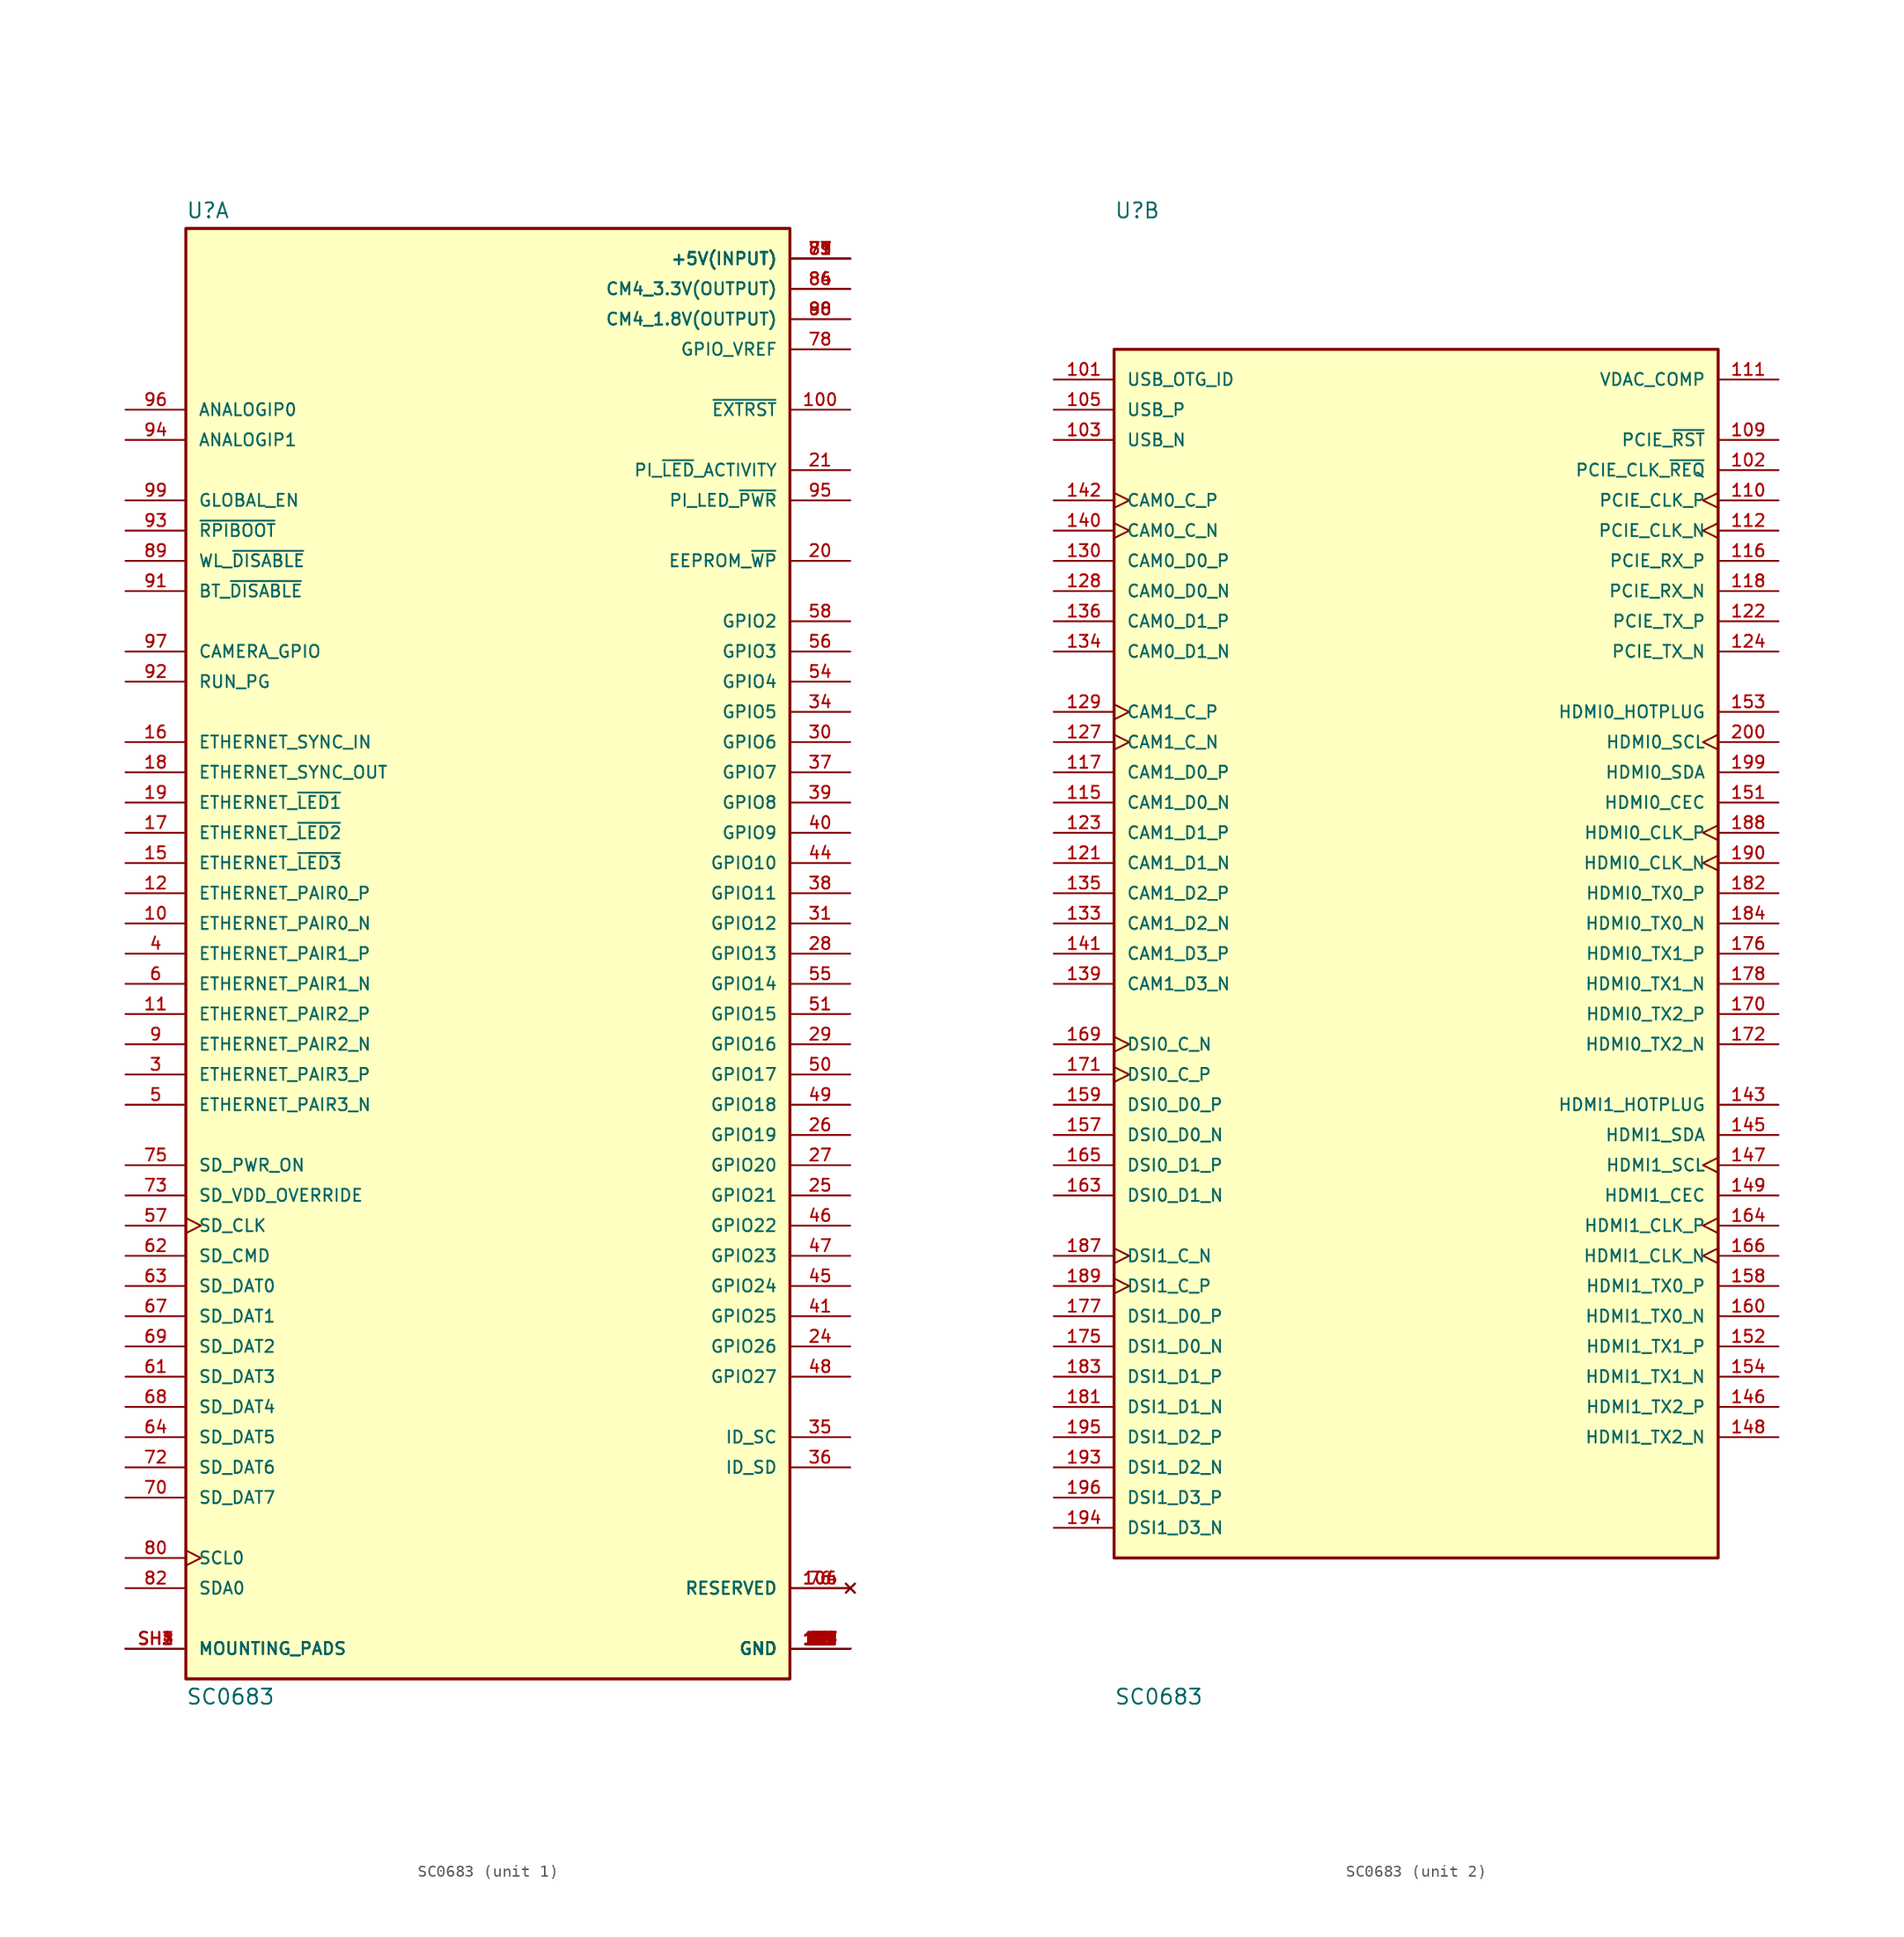
<source format=kicad_sym>
(kicad_symbol_lib
  (version 20241209)
  (generator "kicad_symbol_editor")
  (generator_version "9.0")
  (symbol "SC0683"
    (pin_names
      (offset 1.016))
    (property "Reference" "U"
      (at -25.4 61.722 0)
      (effects (font (size 1.27 1.27)) (justify left bottom)))
    (property "Value" "SC0683"
      (at -25.4 -61.722 0)
      (effects (font (size 1.27 1.27)) (justify left top)))
    (symbol "SC0683_1_0"
      (rectangle (start -25.4 -60.96) (end 25.4 60.96) (stroke (width 0.254) (type default)) (fill (type background)))
      (pin input line (at -30.48 45.72 0) (length 5.08) (name "ANALOGIP0" (effects (font (size 1.016 1.016)))) (number "96" (effects (font (size 1.016 1.016)))))
      (pin input line (at -30.48 43.18 0) (length 5.08) (name "ANALOGIP1" (effects (font (size 1.016 1.016)))) (number "94" (effects (font (size 1.016 1.016)))))
      (pin input line (at -30.48 38.1 0) (length 5.08) (name "GLOBAL_EN" (effects (font (size 1.016 1.016)))) (number "99" (effects (font (size 1.016 1.016)))))
      (pin input line (at -30.48 35.56 0) (length 5.08) (name "~{RPIBOOT}" (effects (font (size 1.016 1.016)))) (number "93" (effects (font (size 1.016 1.016)))))
      (pin input line (at -30.48 33.02 0) (length 5.08) (name "WL_~{DISABLE}" (effects (font (size 1.016 1.016)))) (number "89" (effects (font (size 1.016 1.016)))))
      (pin input line (at -30.48 30.48 0) (length 5.08) (name "BT_~{DISABLE}" (effects (font (size 1.016 1.016)))) (number "91" (effects (font (size 1.016 1.016)))))
      (pin bidirectional line (at -30.48 25.4 0) (length 5.08) (name "CAMERA_GPIO" (effects (font (size 1.016 1.016)))) (number "97" (effects (font (size 1.016 1.016)))))
      (pin bidirectional line (at -30.48 22.86 0) (length 5.08) (name "RUN_PG" (effects (font (size 1.016 1.016)))) (number "92" (effects (font (size 1.016 1.016)))))
      (pin input line (at -30.48 17.78 0) (length 5.08) (name "ETHERNET_SYNC_IN" (effects (font (size 1.016 1.016)))) (number "16" (effects (font (size 1.016 1.016)))))
      (pin output line (at -30.48 15.24 0) (length 5.08) (name "ETHERNET_SYNC_OUT" (effects (font (size 1.016 1.016)))) (number "18" (effects (font (size 1.016 1.016)))))
      (pin output line (at -30.48 12.7 0) (length 5.08) (name "ETHERNET_~{LED1}" (effects (font (size 1.016 1.016)))) (number "19" (effects (font (size 1.016 1.016)))))
      (pin output line (at -30.48 10.16 0) (length 5.08) (name "ETHERNET_~{LED2}" (effects (font (size 1.016 1.016)))) (number "17" (effects (font (size 1.016 1.016)))))
      (pin output line (at -30.48 7.62 0) (length 5.08) (name "ETHERNET_~{LED3}" (effects (font (size 1.016 1.016)))) (number "15" (effects (font (size 1.016 1.016)))))
      (pin bidirectional line (at -30.48 5.08 0) (length 5.08) (name "ETHERNET_PAIR0_P" (effects (font (size 1.016 1.016)))) (number "12" (effects (font (size 1.016 1.016)))))
      (pin bidirectional line (at -30.48 2.54 0) (length 5.08) (name "ETHERNET_PAIR0_N" (effects (font (size 1.016 1.016)))) (number "10" (effects (font (size 1.016 1.016)))))
      (pin bidirectional line (at -30.48 0 0) (length 5.08) (name "ETHERNET_PAIR1_P" (effects (font (size 1.016 1.016)))) (number "4" (effects (font (size 1.016 1.016)))))
      (pin bidirectional line (at -30.48 -2.54 0) (length 5.08) (name "ETHERNET_PAIR1_N" (effects (font (size 1.016 1.016)))) (number "6" (effects (font (size 1.016 1.016)))))
      (pin bidirectional line (at -30.48 -5.08 0) (length 5.08) (name "ETHERNET_PAIR2_P" (effects (font (size 1.016 1.016)))) (number "11" (effects (font (size 1.016 1.016)))))
      (pin bidirectional line (at -30.48 -7.62 0) (length 5.08) (name "ETHERNET_PAIR2_N" (effects (font (size 1.016 1.016)))) (number "9" (effects (font (size 1.016 1.016)))))
      (pin bidirectional line (at -30.48 -10.16 0) (length 5.08) (name "ETHERNET_PAIR3_P" (effects (font (size 1.016 1.016)))) (number "3" (effects (font (size 1.016 1.016)))))
      (pin bidirectional line (at -30.48 -12.7 0) (length 5.08) (name "ETHERNET_PAIR3_N" (effects (font (size 1.016 1.016)))) (number "5" (effects (font (size 1.016 1.016)))))
      (pin output line (at -30.48 -17.78 0) (length 5.08) (name "SD_PWR_ON" (effects (font (size 1.016 1.016)))) (number "75" (effects (font (size 1.016 1.016)))))
      (pin input line (at -30.48 -20.32 0) (length 5.08) (name "SD_VDD_OVERRIDE" (effects (font (size 1.016 1.016)))) (number "73" (effects (font (size 1.016 1.016)))))
      (pin bidirectional clock (at -30.48 -22.86 0) (length 5.08) (name "SD_CLK" (effects (font (size 1.016 1.016)))) (number "57" (effects (font (size 1.016 1.016)))))
      (pin input line (at -30.48 -25.4 0) (length 5.08) (name "SD_CMD" (effects (font (size 1.016 1.016)))) (number "62" (effects (font (size 1.016 1.016)))))
      (pin bidirectional line (at -30.48 -27.94 0) (length 5.08) (name "SD_DAT0" (effects (font (size 1.016 1.016)))) (number "63" (effects (font (size 1.016 1.016)))))
      (pin bidirectional line (at -30.48 -30.48 0) (length 5.08) (name "SD_DAT1" (effects (font (size 1.016 1.016)))) (number "67" (effects (font (size 1.016 1.016)))))
      (pin bidirectional line (at -30.48 -33.02 0) (length 5.08) (name "SD_DAT2" (effects (font (size 1.016 1.016)))) (number "69" (effects (font (size 1.016 1.016)))))
      (pin bidirectional line (at -30.48 -35.56 0) (length 5.08) (name "SD_DAT3" (effects (font (size 1.016 1.016)))) (number "61" (effects (font (size 1.016 1.016)))))
      (pin bidirectional line (at -30.48 -38.1 0) (length 5.08) (name "SD_DAT4" (effects (font (size 1.016 1.016)))) (number "68" (effects (font (size 1.016 1.016)))))
      (pin bidirectional line (at -30.48 -40.64 0) (length 5.08) (name "SD_DAT5" (effects (font (size 1.016 1.016)))) (number "64" (effects (font (size 1.016 1.016)))))
      (pin bidirectional line (at -30.48 -43.18 0) (length 5.08) (name "SD_DAT6" (effects (font (size 1.016 1.016)))) (number "72" (effects (font (size 1.016 1.016)))))
      (pin bidirectional line (at -30.48 -45.72 0) (length 5.08) (name "SD_DAT7" (effects (font (size 1.016 1.016)))) (number "70" (effects (font (size 1.016 1.016)))))
      (pin input clock (at -30.48 -50.8 0) (length 5.08) (name "SCL0" (effects (font (size 1.016 1.016)))) (number "80" (effects (font (size 1.016 1.016)))))
      (pin bidirectional line (at -30.48 -53.34 0) (length 5.08) (name "SDA0" (effects (font (size 1.016 1.016)))) (number "82" (effects (font (size 1.016 1.016)))))
      (pin passive line (at -30.48 -58.42 0) (length 5.08) (name "MOUNTING_PADS" (effects (font (size 1.016 1.016)))) (number "SH1" (effects (font (size 1.016 1.016)))))
      (pin passive line (at -30.48 -58.42 0) (length 5.08) (name "MOUNTING_PADS" (effects (font (size 1.016 1.016)))) (number "SH2" (effects (font (size 1.016 1.016)))))
      (pin passive line (at -30.48 -58.42 0) (length 5.08) (name "MOUNTING_PADS" (effects (font (size 1.016 1.016)))) (number "SH3" (effects (font (size 1.016 1.016)))))
      (pin passive line (at -30.48 -58.42 0) (length 5.08) (name "MOUNTING_PADS" (effects (font (size 1.016 1.016)))) (number "SH4" (effects (font (size 1.016 1.016)))))
      (pin power_in line (at 30.48 58.42 180) (length 5.08) (name "+5V(INPUT)" (effects (font (size 1.016 1.016)))) (number "77" (effects (font (size 1.016 1.016)))))
      (pin power_in line (at 30.48 58.42 180) (length 5.08) (name "+5V(INPUT)" (effects (font (size 1.016 1.016)))) (number "79" (effects (font (size 1.016 1.016)))))
      (pin power_in line (at 30.48 58.42 180) (length 5.08) (name "+5V(INPUT)" (effects (font (size 1.016 1.016)))) (number "81" (effects (font (size 1.016 1.016)))))
      (pin power_in line (at 30.48 58.42 180) (length 5.08) (name "+5V(INPUT)" (effects (font (size 1.016 1.016)))) (number "83" (effects (font (size 1.016 1.016)))))
      (pin power_in line (at 30.48 58.42 180) (length 5.08) (name "+5V(INPUT)" (effects (font (size 1.016 1.016)))) (number "85" (effects (font (size 1.016 1.016)))))
      (pin power_in line (at 30.48 58.42 180) (length 5.08) (name "+5V(INPUT)" (effects (font (size 1.016 1.016)))) (number "87" (effects (font (size 1.016 1.016)))))
      (pin power_in line (at 30.48 55.88 180) (length 5.08) (name "CM4_3.3V(OUTPUT)" (effects (font (size 1.016 1.016)))) (number "84" (effects (font (size 1.016 1.016)))))
      (pin power_in line (at 30.48 55.88 180) (length 5.08) (name "CM4_3.3V(OUTPUT)" (effects (font (size 1.016 1.016)))) (number "86" (effects (font (size 1.016 1.016)))))
      (pin power_in line (at 30.48 53.34 180) (length 5.08) (name "CM4_1.8V(OUTPUT)" (effects (font (size 1.016 1.016)))) (number "88" (effects (font (size 1.016 1.016)))))
      (pin power_in line (at 30.48 53.34 180) (length 5.08) (name "CM4_1.8V(OUTPUT)" (effects (font (size 1.016 1.016)))) (number "90" (effects (font (size 1.016 1.016)))))
      (pin power_in line (at 30.48 50.8 180) (length 5.08) (name "GPIO_VREF" (effects (font (size 1.016 1.016)))) (number "78" (effects (font (size 1.016 1.016)))))
      (pin output line (at 30.48 45.72 180) (length 5.08) (name "~{EXTRST}" (effects (font (size 1.016 1.016)))) (number "100" (effects (font (size 1.016 1.016)))))
      (pin bidirectional line (at 30.48 40.64 180) (length 5.08) (name "PI_~{LED}_ACTIVITY" (effects (font (size 1.016 1.016)))) (number "21" (effects (font (size 1.016 1.016)))))
      (pin output line (at 30.48 38.1 180) (length 5.08) (name "PI_LED_~{PWR}" (effects (font (size 1.016 1.016)))) (number "95" (effects (font (size 1.016 1.016)))))
      (pin bidirectional line (at 30.48 33.02 180) (length 5.08) (name "EEPROM_~{WP}" (effects (font (size 1.016 1.016)))) (number "20" (effects (font (size 1.016 1.016)))))
      (pin bidirectional line (at 30.48 27.94 180) (length 5.08) (name "GPIO2" (effects (font (size 1.016 1.016)))) (number "58" (effects (font (size 1.016 1.016)))))
      (pin bidirectional line (at 30.48 25.4 180) (length 5.08) (name "GPIO3" (effects (font (size 1.016 1.016)))) (number "56" (effects (font (size 1.016 1.016)))))
      (pin bidirectional line (at 30.48 22.86 180) (length 5.08) (name "GPIO4" (effects (font (size 1.016 1.016)))) (number "54" (effects (font (size 1.016 1.016)))))
      (pin bidirectional line (at 30.48 20.32 180) (length 5.08) (name "GPIO5" (effects (font (size 1.016 1.016)))) (number "34" (effects (font (size 1.016 1.016)))))
      (pin bidirectional line (at 30.48 17.78 180) (length 5.08) (name "GPIO6" (effects (font (size 1.016 1.016)))) (number "30" (effects (font (size 1.016 1.016)))))
      (pin bidirectional line (at 30.48 15.24 180) (length 5.08) (name "GPIO7" (effects (font (size 1.016 1.016)))) (number "37" (effects (font (size 1.016 1.016)))))
      (pin bidirectional line (at 30.48 12.7 180) (length 5.08) (name "GPIO8" (effects (font (size 1.016 1.016)))) (number "39" (effects (font (size 1.016 1.016)))))
      (pin bidirectional line (at 30.48 10.16 180) (length 5.08) (name "GPIO9" (effects (font (size 1.016 1.016)))) (number "40" (effects (font (size 1.016 1.016)))))
      (pin bidirectional line (at 30.48 7.62 180) (length 5.08) (name "GPIO10" (effects (font (size 1.016 1.016)))) (number "44" (effects (font (size 1.016 1.016)))))
      (pin bidirectional line (at 30.48 5.08 180) (length 5.08) (name "GPIO11" (effects (font (size 1.016 1.016)))) (number "38" (effects (font (size 1.016 1.016)))))
      (pin bidirectional line (at 30.48 2.54 180) (length 5.08) (name "GPIO12" (effects (font (size 1.016 1.016)))) (number "31" (effects (font (size 1.016 1.016)))))
      (pin bidirectional line (at 30.48 0 180) (length 5.08) (name "GPIO13" (effects (font (size 1.016 1.016)))) (number "28" (effects (font (size 1.016 1.016)))))
      (pin bidirectional line (at 30.48 -2.54 180) (length 5.08) (name "GPIO14" (effects (font (size 1.016 1.016)))) (number "55" (effects (font (size 1.016 1.016)))))
      (pin bidirectional line (at 30.48 -5.08 180) (length 5.08) (name "GPIO15" (effects (font (size 1.016 1.016)))) (number "51" (effects (font (size 1.016 1.016)))))
      (pin bidirectional line (at 30.48 -7.62 180) (length 5.08) (name "GPIO16" (effects (font (size 1.016 1.016)))) (number "29" (effects (font (size 1.016 1.016)))))
      (pin bidirectional line (at 30.48 -10.16 180) (length 5.08) (name "GPIO17" (effects (font (size 1.016 1.016)))) (number "50" (effects (font (size 1.016 1.016)))))
      (pin bidirectional line (at 30.48 -12.7 180) (length 5.08) (name "GPIO18" (effects (font (size 1.016 1.016)))) (number "49" (effects (font (size 1.016 1.016)))))
      (pin bidirectional line (at 30.48 -15.24 180) (length 5.08) (name "GPIO19" (effects (font (size 1.016 1.016)))) (number "26" (effects (font (size 1.016 1.016)))))
      (pin bidirectional line (at 30.48 -17.78 180) (length 5.08) (name "GPIO20" (effects (font (size 1.016 1.016)))) (number "27" (effects (font (size 1.016 1.016)))))
      (pin bidirectional line (at 30.48 -20.32 180) (length 5.08) (name "GPIO21" (effects (font (size 1.016 1.016)))) (number "25" (effects (font (size 1.016 1.016)))))
      (pin bidirectional line (at 30.48 -22.86 180) (length 5.08) (name "GPIO22" (effects (font (size 1.016 1.016)))) (number "46" (effects (font (size 1.016 1.016)))))
      (pin bidirectional line (at 30.48 -25.4 180) (length 5.08) (name "GPIO23" (effects (font (size 1.016 1.016)))) (number "47" (effects (font (size 1.016 1.016)))))
      (pin bidirectional line (at 30.48 -27.94 180) (length 5.08) (name "GPIO24" (effects (font (size 1.016 1.016)))) (number "45" (effects (font (size 1.016 1.016)))))
      (pin bidirectional line (at 30.48 -30.48 180) (length 5.08) (name "GPIO25" (effects (font (size 1.016 1.016)))) (number "41" (effects (font (size 1.016 1.016)))))
      (pin bidirectional line (at 30.48 -33.02 180) (length 5.08) (name "GPIO26" (effects (font (size 1.016 1.016)))) (number "24" (effects (font (size 1.016 1.016)))))
      (pin bidirectional line (at 30.48 -35.56 180) (length 5.08) (name "GPIO27" (effects (font (size 1.016 1.016)))) (number "48" (effects (font (size 1.016 1.016)))))
      (pin bidirectional line (at 30.48 -40.64 180) (length 5.08) (name "ID_SC" (effects (font (size 1.016 1.016)))) (number "35" (effects (font (size 1.016 1.016)))))
      (pin bidirectional line (at 30.48 -43.18 180) (length 5.08) (name "ID_SD" (effects (font (size 1.016 1.016)))) (number "36" (effects (font (size 1.016 1.016)))))
      (pin no_connect line (at 30.48 -53.34 180) (length 5.08) (name "RESERVED" (effects (font (size 1.016 1.016)))) (number "104" (effects (font (size 1.016 1.016)))))
      (pin no_connect line (at 30.48 -53.34 180) (length 5.08) (name "RESERVED" (effects (font (size 1.016 1.016)))) (number "106" (effects (font (size 1.016 1.016)))))
      (pin no_connect line (at 30.48 -53.34 180) (length 5.08) (name "RESERVED" (effects (font (size 1.016 1.016)))) (number "76" (effects (font (size 1.016 1.016)))))
      (pin power_in line (at 30.48 -58.42 180) (length 5.08) (name "GND" (effects (font (size 1.016 1.016)))) (number "1" (effects (font (size 1.016 1.016)))))
      (pin power_in line (at 30.48 -58.42 180) (length 5.08) (name "GND" (effects (font (size 1.016 1.016)))) (number "107" (effects (font (size 1.016 1.016)))))
      (pin power_in line (at 30.48 -58.42 180) (length 5.08) (name "GND" (effects (font (size 1.016 1.016)))) (number "108" (effects (font (size 1.016 1.016)))))
      (pin power_in line (at 30.48 -58.42 180) (length 5.08) (name "GND" (effects (font (size 1.016 1.016)))) (number "113" (effects (font (size 1.016 1.016)))))
      (pin power_in line (at 30.48 -58.42 180) (length 5.08) (name "GND" (effects (font (size 1.016 1.016)))) (number "114" (effects (font (size 1.016 1.016)))))
      (pin power_in line (at 30.48 -58.42 180) (length 5.08) (name "GND" (effects (font (size 1.016 1.016)))) (number "119" (effects (font (size 1.016 1.016)))))
      (pin power_in line (at 30.48 -58.42 180) (length 5.08) (name "GND" (effects (font (size 1.016 1.016)))) (number "120" (effects (font (size 1.016 1.016)))))
      (pin power_in line (at 30.48 -58.42 180) (length 5.08) (name "GND" (effects (font (size 1.016 1.016)))) (number "125" (effects (font (size 1.016 1.016)))))
      (pin power_in line (at 30.48 -58.42 180) (length 5.08) (name "GND" (effects (font (size 1.016 1.016)))) (number "126" (effects (font (size 1.016 1.016)))))
      (pin power_in line (at 30.48 -58.42 180) (length 5.08) (name "GND" (effects (font (size 1.016 1.016)))) (number "13" (effects (font (size 1.016 1.016)))))
      (pin power_in line (at 30.48 -58.42 180) (length 5.08) (name "GND" (effects (font (size 1.016 1.016)))) (number "131" (effects (font (size 1.016 1.016)))))
      (pin power_in line (at 30.48 -58.42 180) (length 5.08) (name "GND" (effects (font (size 1.016 1.016)))) (number "132" (effects (font (size 1.016 1.016)))))
      (pin power_in line (at 30.48 -58.42 180) (length 5.08) (name "GND" (effects (font (size 1.016 1.016)))) (number "137" (effects (font (size 1.016 1.016)))))
      (pin power_in line (at 30.48 -58.42 180) (length 5.08) (name "GND" (effects (font (size 1.016 1.016)))) (number "138" (effects (font (size 1.016 1.016)))))
      (pin power_in line (at 30.48 -58.42 180) (length 5.08) (name "GND" (effects (font (size 1.016 1.016)))) (number "14" (effects (font (size 1.016 1.016)))))
      (pin power_in line (at 30.48 -58.42 180) (length 5.08) (name "GND" (effects (font (size 1.016 1.016)))) (number "144" (effects (font (size 1.016 1.016)))))
      (pin power_in line (at 30.48 -58.42 180) (length 5.08) (name "GND" (effects (font (size 1.016 1.016)))) (number "150" (effects (font (size 1.016 1.016)))))
      (pin power_in line (at 30.48 -58.42 180) (length 5.08) (name "GND" (effects (font (size 1.016 1.016)))) (number "155" (effects (font (size 1.016 1.016)))))
      (pin power_in line (at 30.48 -58.42 180) (length 5.08) (name "GND" (effects (font (size 1.016 1.016)))) (number "156" (effects (font (size 1.016 1.016)))))
      (pin power_in line (at 30.48 -58.42 180) (length 5.08) (name "GND" (effects (font (size 1.016 1.016)))) (number "161" (effects (font (size 1.016 1.016)))))
      (pin power_in line (at 30.48 -58.42 180) (length 5.08) (name "GND" (effects (font (size 1.016 1.016)))) (number "162" (effects (font (size 1.016 1.016)))))
      (pin power_in line (at 30.48 -58.42 180) (length 5.08) (name "GND" (effects (font (size 1.016 1.016)))) (number "167" (effects (font (size 1.016 1.016)))))
      (pin power_in line (at 30.48 -58.42 180) (length 5.08) (name "GND" (effects (font (size 1.016 1.016)))) (number "168" (effects (font (size 1.016 1.016)))))
      (pin power_in line (at 30.48 -58.42 180) (length 5.08) (name "GND" (effects (font (size 1.016 1.016)))) (number "173" (effects (font (size 1.016 1.016)))))
      (pin power_in line (at 30.48 -58.42 180) (length 5.08) (name "GND" (effects (font (size 1.016 1.016)))) (number "174" (effects (font (size 1.016 1.016)))))
      (pin power_in line (at 30.48 -58.42 180) (length 5.08) (name "GND" (effects (font (size 1.016 1.016)))) (number "179" (effects (font (size 1.016 1.016)))))
      (pin power_in line (at 30.48 -58.42 180) (length 5.08) (name "GND" (effects (font (size 1.016 1.016)))) (number "180" (effects (font (size 1.016 1.016)))))
      (pin power_in line (at 30.48 -58.42 180) (length 5.08) (name "GND" (effects (font (size 1.016 1.016)))) (number "185" (effects (font (size 1.016 1.016)))))
      (pin power_in line (at 30.48 -58.42 180) (length 5.08) (name "GND" (effects (font (size 1.016 1.016)))) (number "186" (effects (font (size 1.016 1.016)))))
      (pin power_in line (at 30.48 -58.42 180) (length 5.08) (name "GND" (effects (font (size 1.016 1.016)))) (number "191" (effects (font (size 1.016 1.016)))))
      (pin power_in line (at 30.48 -58.42 180) (length 5.08) (name "GND" (effects (font (size 1.016 1.016)))) (number "192" (effects (font (size 1.016 1.016)))))
      (pin power_in line (at 30.48 -58.42 180) (length 5.08) (name "GND" (effects (font (size 1.016 1.016)))) (number "197" (effects (font (size 1.016 1.016)))))
      (pin power_in line (at 30.48 -58.42 180) (length 5.08) (name "GND" (effects (font (size 1.016 1.016)))) (number "198" (effects (font (size 1.016 1.016)))))
      (pin power_in line (at 30.48 -58.42 180) (length 5.08) (name "GND" (effects (font (size 1.016 1.016)))) (number "2" (effects (font (size 1.016 1.016)))))
      (pin power_in line (at 30.48 -58.42 180) (length 5.08) (name "GND" (effects (font (size 1.016 1.016)))) (number "22" (effects (font (size 1.016 1.016)))))
      (pin power_in line (at 30.48 -58.42 180) (length 5.08) (name "GND" (effects (font (size 1.016 1.016)))) (number "23" (effects (font (size 1.016 1.016)))))
      (pin power_in line (at 30.48 -58.42 180) (length 5.08) (name "GND" (effects (font (size 1.016 1.016)))) (number "32" (effects (font (size 1.016 1.016)))))
      (pin power_in line (at 30.48 -58.42 180) (length 5.08) (name "GND" (effects (font (size 1.016 1.016)))) (number "33" (effects (font (size 1.016 1.016)))))
      (pin power_in line (at 30.48 -58.42 180) (length 5.08) (name "GND" (effects (font (size 1.016 1.016)))) (number "42" (effects (font (size 1.016 1.016)))))
      (pin power_in line (at 30.48 -58.42 180) (length 5.08) (name "GND" (effects (font (size 1.016 1.016)))) (number "43" (effects (font (size 1.016 1.016)))))
      (pin power_in line (at 30.48 -58.42 180) (length 5.08) (name "GND" (effects (font (size 1.016 1.016)))) (number "52" (effects (font (size 1.016 1.016)))))
      (pin power_in line (at 30.48 -58.42 180) (length 5.08) (name "GND" (effects (font (size 1.016 1.016)))) (number "53" (effects (font (size 1.016 1.016)))))
      (pin power_in line (at 30.48 -58.42 180) (length 5.08) (name "GND" (effects (font (size 1.016 1.016)))) (number "59" (effects (font (size 1.016 1.016)))))
      (pin power_in line (at 30.48 -58.42 180) (length 5.08) (name "GND" (effects (font (size 1.016 1.016)))) (number "60" (effects (font (size 1.016 1.016)))))
      (pin power_in line (at 30.48 -58.42 180) (length 5.08) (name "GND" (effects (font (size 1.016 1.016)))) (number "65" (effects (font (size 1.016 1.016)))))
      (pin power_in line (at 30.48 -58.42 180) (length 5.08) (name "GND" (effects (font (size 1.016 1.016)))) (number "66" (effects (font (size 1.016 1.016)))))
      (pin power_in line (at 30.48 -58.42 180) (length 5.08) (name "GND" (effects (font (size 1.016 1.016)))) (number "7" (effects (font (size 1.016 1.016)))))
      (pin power_in line (at 30.48 -58.42 180) (length 5.08) (name "GND" (effects (font (size 1.016 1.016)))) (number "71" (effects (font (size 1.016 1.016)))))
      (pin power_in line (at 30.48 -58.42 180) (length 5.08) (name "GND" (effects (font (size 1.016 1.016)))) (number "74" (effects (font (size 1.016 1.016)))))
      (pin power_in line (at 30.48 -58.42 180) (length 5.08) (name "GND" (effects (font (size 1.016 1.016)))) (number "8" (effects (font (size 1.016 1.016)))))
      (pin power_in line (at 30.48 -58.42 180) (length 5.08) (name "GND" (effects (font (size 1.016 1.016)))) (number "98" (effects (font (size 1.016 1.016))))))
    (symbol "SC0683_2_0"
      (rectangle (start -25.4 -50.8) (end 25.4 50.8) (stroke (width 0.254) (type default)) (fill (type background)))
      (pin input line (at -30.48 48.26 0) (length 5.08) (name "USB_OTG_ID" (effects (font (size 1.016 1.016)))) (number "101" (effects (font (size 1.016 1.016)))))
      (pin bidirectional line (at -30.48 45.72 0) (length 5.08) (name "USB_P" (effects (font (size 1.016 1.016)))) (number "105" (effects (font (size 1.016 1.016)))))
      (pin bidirectional line (at -30.48 43.18 0) (length 5.08) (name "USB_N" (effects (font (size 1.016 1.016)))) (number "103" (effects (font (size 1.016 1.016)))))
      (pin input clock (at -30.48 38.1 0) (length 5.08) (name "CAM0_C_P" (effects (font (size 1.016 1.016)))) (number "142" (effects (font (size 1.016 1.016)))))
      (pin input clock (at -30.48 35.56 0) (length 5.08) (name "CAM0_C_N" (effects (font (size 1.016 1.016)))) (number "140" (effects (font (size 1.016 1.016)))))
      (pin input line (at -30.48 33.02 0) (length 5.08) (name "CAM0_D0_P" (effects (font (size 1.016 1.016)))) (number "130" (effects (font (size 1.016 1.016)))))
      (pin input line (at -30.48 30.48 0) (length 5.08) (name "CAM0_D0_N" (effects (font (size 1.016 1.016)))) (number "128" (effects (font (size 1.016 1.016)))))
      (pin input line (at -30.48 27.94 0) (length 5.08) (name "CAM0_D1_P" (effects (font (size 1.016 1.016)))) (number "136" (effects (font (size 1.016 1.016)))))
      (pin input line (at -30.48 25.4 0) (length 5.08) (name "CAM0_D1_N" (effects (font (size 1.016 1.016)))) (number "134" (effects (font (size 1.016 1.016)))))
      (pin input clock (at -30.48 20.32 0) (length 5.08) (name "CAM1_C_P" (effects (font (size 1.016 1.016)))) (number "129" (effects (font (size 1.016 1.016)))))
      (pin input clock (at -30.48 17.78 0) (length 5.08) (name "CAM1_C_N" (effects (font (size 1.016 1.016)))) (number "127" (effects (font (size 1.016 1.016)))))
      (pin input line (at -30.48 15.24 0) (length 5.08) (name "CAM1_D0_P" (effects (font (size 1.016 1.016)))) (number "117" (effects (font (size 1.016 1.016)))))
      (pin input line (at -30.48 12.7 0) (length 5.08) (name "CAM1_D0_N" (effects (font (size 1.016 1.016)))) (number "115" (effects (font (size 1.016 1.016)))))
      (pin input line (at -30.48 10.16 0) (length 5.08) (name "CAM1_D1_P" (effects (font (size 1.016 1.016)))) (number "123" (effects (font (size 1.016 1.016)))))
      (pin input line (at -30.48 7.62 0) (length 5.08) (name "CAM1_D1_N" (effects (font (size 1.016 1.016)))) (number "121" (effects (font (size 1.016 1.016)))))
      (pin input line (at -30.48 5.08 0) (length 5.08) (name "CAM1_D2_P" (effects (font (size 1.016 1.016)))) (number "135" (effects (font (size 1.016 1.016)))))
      (pin input line (at -30.48 2.54 0) (length 5.08) (name "CAM1_D2_N" (effects (font (size 1.016 1.016)))) (number "133" (effects (font (size 1.016 1.016)))))
      (pin input line (at -30.48 0 0) (length 5.08) (name "CAM1_D3_P" (effects (font (size 1.016 1.016)))) (number "141" (effects (font (size 1.016 1.016)))))
      (pin input line (at -30.48 -2.54 0) (length 5.08) (name "CAM1_D3_N" (effects (font (size 1.016 1.016)))) (number "139" (effects (font (size 1.016 1.016)))))
      (pin output clock (at -30.48 -7.62 0) (length 5.08) (name "DSI0_C_N" (effects (font (size 1.016 1.016)))) (number "169" (effects (font (size 1.016 1.016)))))
      (pin output clock (at -30.48 -10.16 0) (length 5.08) (name "DSI0_C_P" (effects (font (size 1.016 1.016)))) (number "171" (effects (font (size 1.016 1.016)))))
      (pin output line (at -30.48 -12.7 0) (length 5.08) (name "DSI0_D0_P" (effects (font (size 1.016 1.016)))) (number "159" (effects (font (size 1.016 1.016)))))
      (pin output line (at -30.48 -15.24 0) (length 5.08) (name "DSI0_D0_N" (effects (font (size 1.016 1.016)))) (number "157" (effects (font (size 1.016 1.016)))))
      (pin output line (at -30.48 -17.78 0) (length 5.08) (name "DSI0_D1_P" (effects (font (size 1.016 1.016)))) (number "165" (effects (font (size 1.016 1.016)))))
      (pin output line (at -30.48 -20.32 0) (length 5.08) (name "DSI0_D1_N" (effects (font (size 1.016 1.016)))) (number "163" (effects (font (size 1.016 1.016)))))
      (pin output clock (at -30.48 -25.4 0) (length 5.08) (name "DSI1_C_N" (effects (font (size 1.016 1.016)))) (number "187" (effects (font (size 1.016 1.016)))))
      (pin output clock (at -30.48 -27.94 0) (length 5.08) (name "DSI1_C_P" (effects (font (size 1.016 1.016)))) (number "189" (effects (font (size 1.016 1.016)))))
      (pin output line (at -30.48 -30.48 0) (length 5.08) (name "DSI1_D0_P" (effects (font (size 1.016 1.016)))) (number "177" (effects (font (size 1.016 1.016)))))
      (pin output line (at -30.48 -33.02 0) (length 5.08) (name "DSI1_D0_N" (effects (font (size 1.016 1.016)))) (number "175" (effects (font (size 1.016 1.016)))))
      (pin output line (at -30.48 -35.56 0) (length 5.08) (name "DSI1_D1_P" (effects (font (size 1.016 1.016)))) (number "183" (effects (font (size 1.016 1.016)))))
      (pin output line (at -30.48 -38.1 0) (length 5.08) (name "DSI1_D1_N" (effects (font (size 1.016 1.016)))) (number "181" (effects (font (size 1.016 1.016)))))
      (pin output line (at -30.48 -40.64 0) (length 5.08) (name "DSI1_D2_P" (effects (font (size 1.016 1.016)))) (number "195" (effects (font (size 1.016 1.016)))))
      (pin output line (at -30.48 -43.18 0) (length 5.08) (name "DSI1_D2_N" (effects (font (size 1.016 1.016)))) (number "193" (effects (font (size 1.016 1.016)))))
      (pin output line (at -30.48 -45.72 0) (length 5.08) (name "DSI1_D3_P" (effects (font (size 1.016 1.016)))) (number "196" (effects (font (size 1.016 1.016)))))
      (pin output line (at -30.48 -48.26 0) (length 5.08) (name "DSI1_D3_N" (effects (font (size 1.016 1.016)))) (number "194" (effects (font (size 1.016 1.016)))))
      (pin output line (at 30.48 48.26 180) (length 5.08) (name "VDAC_COMP" (effects (font (size 1.016 1.016)))) (number "111" (effects (font (size 1.016 1.016)))))
      (pin output line (at 30.48 43.18 180) (length 5.08) (name "PCIE_~{RST}" (effects (font (size 1.016 1.016)))) (number "109" (effects (font (size 1.016 1.016)))))
      (pin input line (at 30.48 40.64 180) (length 5.08) (name "PCIE_CLK_~{REQ}" (effects (font (size 1.016 1.016)))) (number "102" (effects (font (size 1.016 1.016)))))
      (pin output clock (at 30.48 38.1 180) (length 5.08) (name "PCIE_CLK_P" (effects (font (size 1.016 1.016)))) (number "110" (effects (font (size 1.016 1.016)))))
      (pin output clock (at 30.48 35.56 180) (length 5.08) (name "PCIE_CLK_N" (effects (font (size 1.016 1.016)))) (number "112" (effects (font (size 1.016 1.016)))))
      (pin input line (at 30.48 33.02 180) (length 5.08) (name "PCIE_RX_P" (effects (font (size 1.016 1.016)))) (number "116" (effects (font (size 1.016 1.016)))))
      (pin input line (at 30.48 30.48 180) (length 5.08) (name "PCIE_RX_N" (effects (font (size 1.016 1.016)))) (number "118" (effects (font (size 1.016 1.016)))))
      (pin output line (at 30.48 27.94 180) (length 5.08) (name "PCIE_TX_P" (effects (font (size 1.016 1.016)))) (number "122" (effects (font (size 1.016 1.016)))))
      (pin output line (at 30.48 25.4 180) (length 5.08) (name "PCIE_TX_N" (effects (font (size 1.016 1.016)))) (number "124" (effects (font (size 1.016 1.016)))))
      (pin input line (at 30.48 20.32 180) (length 5.08) (name "HDMI0_HOTPLUG" (effects (font (size 1.016 1.016)))) (number "153" (effects (font (size 1.016 1.016)))))
      (pin bidirectional clock (at 30.48 17.78 180) (length 5.08) (name "HDMI0_SCL" (effects (font (size 1.016 1.016)))) (number "200" (effects (font (size 1.016 1.016)))))
      (pin bidirectional line (at 30.48 15.24 180) (length 5.08) (name "HDMI0_SDA" (effects (font (size 1.016 1.016)))) (number "199" (effects (font (size 1.016 1.016)))))
      (pin input line (at 30.48 12.7 180) (length 5.08) (name "HDMI0_CEC" (effects (font (size 1.016 1.016)))) (number "151" (effects (font (size 1.016 1.016)))))
      (pin output clock (at 30.48 10.16 180) (length 5.08) (name "HDMI0_CLK_P" (effects (font (size 1.016 1.016)))) (number "188" (effects (font (size 1.016 1.016)))))
      (pin output clock (at 30.48 7.62 180) (length 5.08) (name "HDMI0_CLK_N" (effects (font (size 1.016 1.016)))) (number "190" (effects (font (size 1.016 1.016)))))
      (pin output line (at 30.48 5.08 180) (length 5.08) (name "HDMI0_TX0_P" (effects (font (size 1.016 1.016)))) (number "182" (effects (font (size 1.016 1.016)))))
      (pin output line (at 30.48 2.54 180) (length 5.08) (name "HDMI0_TX0_N" (effects (font (size 1.016 1.016)))) (number "184" (effects (font (size 1.016 1.016)))))
      (pin output line (at 30.48 0 180) (length 5.08) (name "HDMI0_TX1_P" (effects (font (size 1.016 1.016)))) (number "176" (effects (font (size 1.016 1.016)))))
      (pin output line (at 30.48 -2.54 180) (length 5.08) (name "HDMI0_TX1_N" (effects (font (size 1.016 1.016)))) (number "178" (effects (font (size 1.016 1.016)))))
      (pin output line (at 30.48 -5.08 180) (length 5.08) (name "HDMI0_TX2_P" (effects (font (size 1.016 1.016)))) (number "170" (effects (font (size 1.016 1.016)))))
      (pin output line (at 30.48 -7.62 180) (length 5.08) (name "HDMI0_TX2_N" (effects (font (size 1.016 1.016)))) (number "172" (effects (font (size 1.016 1.016)))))
      (pin input line (at 30.48 -12.7 180) (length 5.08) (name "HDMI1_HOTPLUG" (effects (font (size 1.016 1.016)))) (number "143" (effects (font (size 1.016 1.016)))))
      (pin bidirectional line (at 30.48 -15.24 180) (length 5.08) (name "HDMI1_SDA" (effects (font (size 1.016 1.016)))) (number "145" (effects (font (size 1.016 1.016)))))
      (pin bidirectional clock (at 30.48 -17.78 180) (length 5.08) (name "HDMI1_SCL" (effects (font (size 1.016 1.016)))) (number "147" (effects (font (size 1.016 1.016)))))
      (pin input line (at 30.48 -20.32 180) (length 5.08) (name "HDMI1_CEC" (effects (font (size 1.016 1.016)))) (number "149" (effects (font (size 1.016 1.016)))))
      (pin output clock (at 30.48 -22.86 180) (length 5.08) (name "HDMI1_CLK_P" (effects (font (size 1.016 1.016)))) (number "164" (effects (font (size 1.016 1.016)))))
      (pin output clock (at 30.48 -25.4 180) (length 5.08) (name "HDMI1_CLK_N" (effects (font (size 1.016 1.016)))) (number "166" (effects (font (size 1.016 1.016)))))
      (pin output line (at 30.48 -27.94 180) (length 5.08) (name "HDMI1_TX0_P" (effects (font (size 1.016 1.016)))) (number "158" (effects (font (size 1.016 1.016)))))
      (pin output line (at 30.48 -30.48 180) (length 5.08) (name "HDMI1_TX0_N" (effects (font (size 1.016 1.016)))) (number "160" (effects (font (size 1.016 1.016)))))
      (pin output line (at 30.48 -33.02 180) (length 5.08) (name "HDMI1_TX1_P" (effects (font (size 1.016 1.016)))) (number "152" (effects (font (size 1.016 1.016)))))
      (pin output line (at 30.48 -35.56 180) (length 5.08) (name "HDMI1_TX1_N" (effects (font (size 1.016 1.016)))) (number "154" (effects (font (size 1.016 1.016)))))
      (pin output line (at 30.48 -38.1 180) (length 5.08) (name "HDMI1_TX2_P" (effects (font (size 1.016 1.016)))) (number "146" (effects (font (size 1.016 1.016)))))
      (pin output line (at 30.48 -40.64 180) (length 5.08) (name "HDMI1_TX2_N" (effects (font (size 1.016 1.016)))) (number "148" (effects (font (size 1.016 1.016))))))))
</source>
